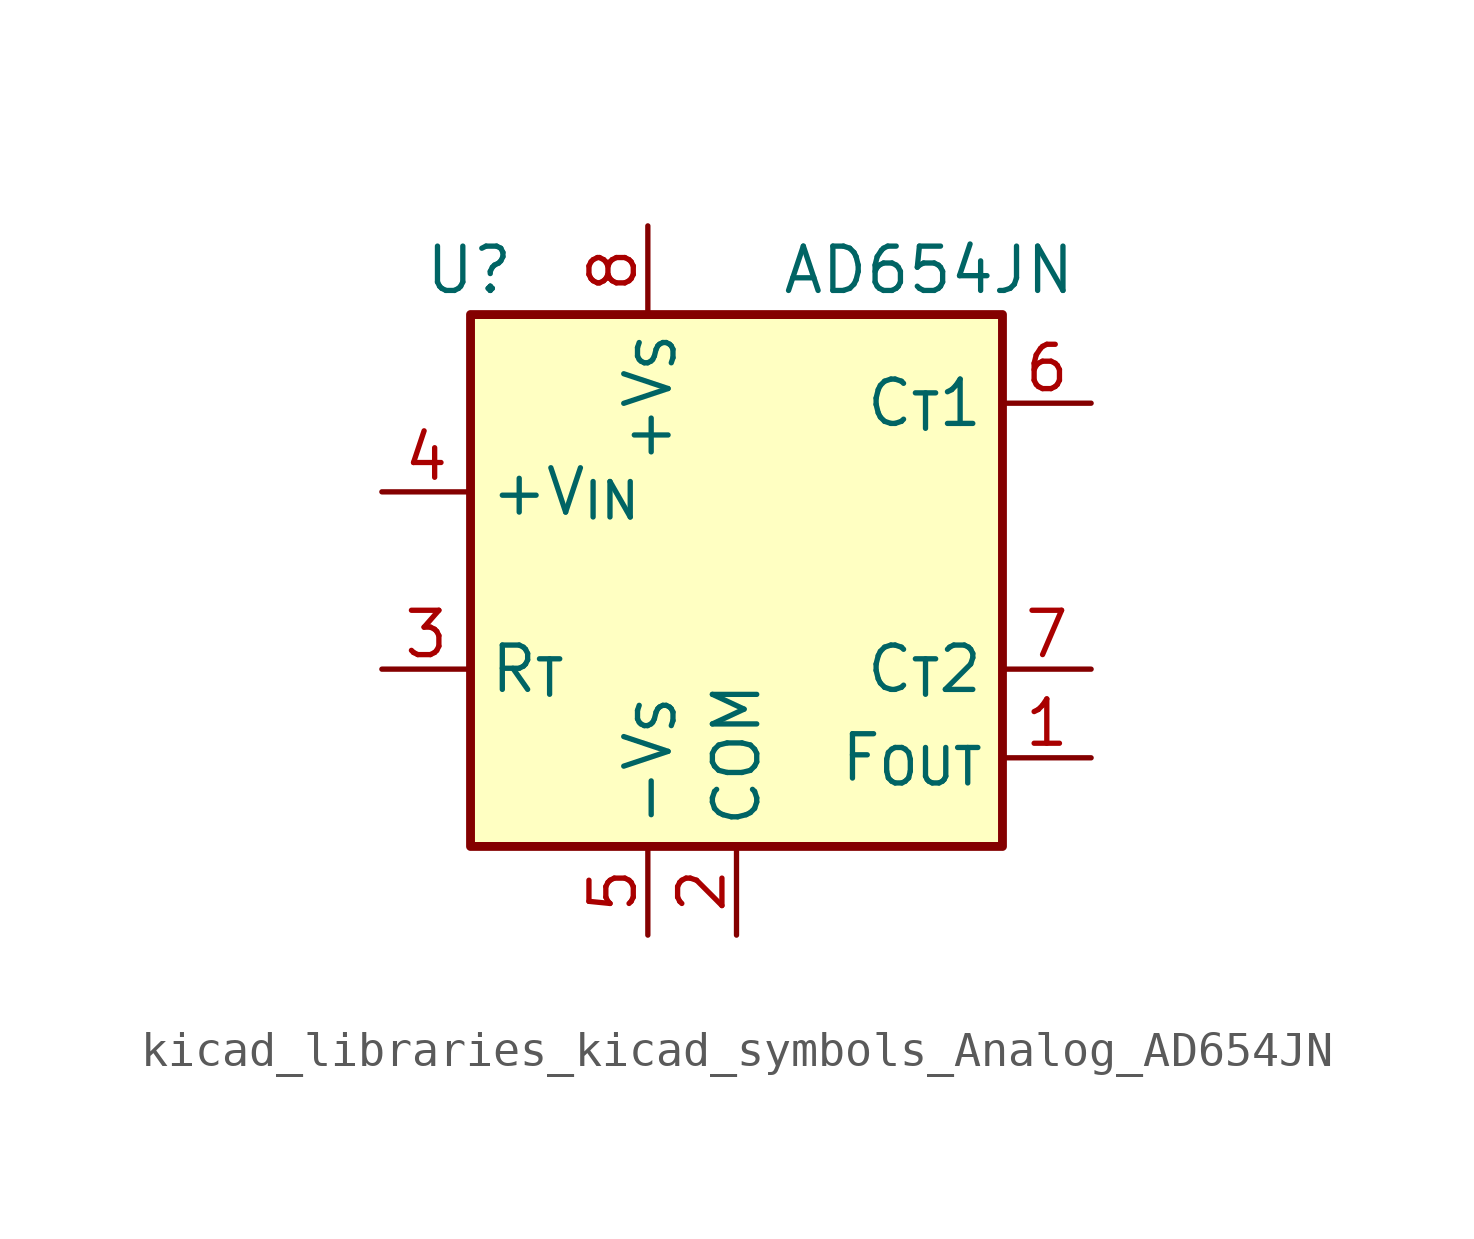
<source format=kicad_sym>
(kicad_symbol_lib
  (version 20220914)
  (generator kicad_symbol_editor)
  (symbol "kicad_libraries_kicad_symbols_Analog_AD654JN"
    (property "Reference" "U"
      (at -6.35 8.89 0)
      (effects (font (size 1.27 1.27)) (justify right)))
    (property "Value" "AD654JN"
      (at 1.27 8.89 0)
      (effects (font (size 1.27 1.27)) (justify left)))
    (symbol "kicad_libraries_kicad_symbols_Analog_AD654JN_0_1"
      (rectangle (start -7.62 7.62) (end 7.62 -7.62) (stroke (width 0.254) (type default)) (fill (type background))))
    (symbol "kicad_libraries_kicad_symbols_Analog_AD654JN_1_1"
      (pin open_collector line (at 10.16 -5.08 180) (length 2.54) (name "F_{OUT}" (effects (font (size 1.27 1.27)))) (number "1" (effects (font (size 1.27 1.27)))))
      (pin power_in line (at 0 -10.16 90) (length 2.54) (name "COM" (effects (font (size 1.27 1.27)))) (number "2" (effects (font (size 1.27 1.27)))))
      (pin input line (at -10.16 -2.54 0) (length 2.54) (name "R_{T}" (effects (font (size 1.27 1.27)))) (number "3" (effects (font (size 1.27 1.27)))))
      (pin input line (at -10.16 2.54 0) (length 2.54) (name "+V_{IN}" (effects (font (size 1.27 1.27)))) (number "4" (effects (font (size 1.27 1.27)))))
      (pin power_in line (at -2.54 -10.16 90) (length 2.54) (name "-V_{S}" (effects (font (size 1.27 1.27)))) (number "5" (effects (font (size 1.27 1.27)))))
      (pin passive line (at 10.16 5.08 180) (length 2.54) (name "C_{T}1" (effects (font (size 1.27 1.27)))) (number "6" (effects (font (size 1.27 1.27)))))
      (pin passive line (at 10.16 -2.54 180) (length 2.54) (name "C_{T}2" (effects (font (size 1.27 1.27)))) (number "7" (effects (font (size 1.27 1.27)))))
      (pin power_in line (at -2.54 10.16 270) (length 2.54) (name "+V_{S}" (effects (font (size 1.27 1.27)))) (number "8" (effects (font (size 1.27 1.27))))))))
</source>
